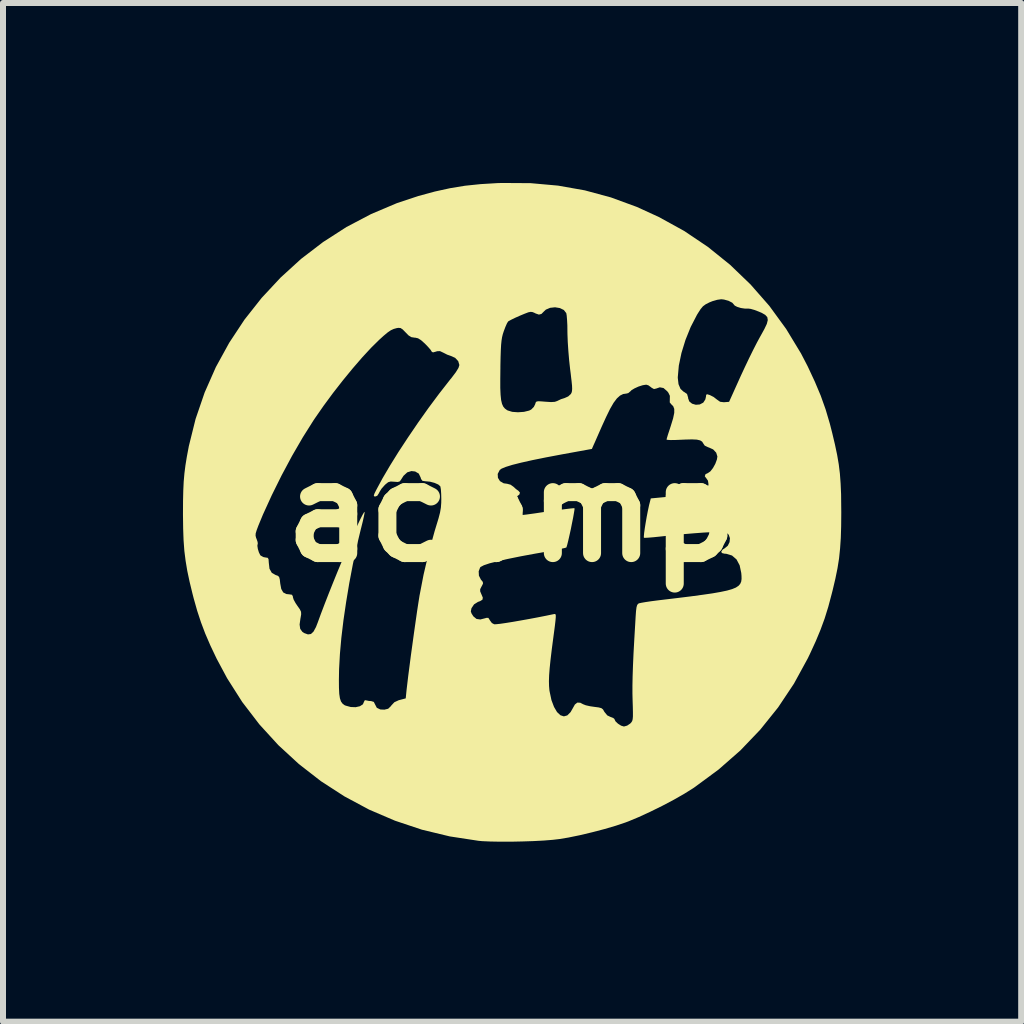
<source format=kicad_pcb>
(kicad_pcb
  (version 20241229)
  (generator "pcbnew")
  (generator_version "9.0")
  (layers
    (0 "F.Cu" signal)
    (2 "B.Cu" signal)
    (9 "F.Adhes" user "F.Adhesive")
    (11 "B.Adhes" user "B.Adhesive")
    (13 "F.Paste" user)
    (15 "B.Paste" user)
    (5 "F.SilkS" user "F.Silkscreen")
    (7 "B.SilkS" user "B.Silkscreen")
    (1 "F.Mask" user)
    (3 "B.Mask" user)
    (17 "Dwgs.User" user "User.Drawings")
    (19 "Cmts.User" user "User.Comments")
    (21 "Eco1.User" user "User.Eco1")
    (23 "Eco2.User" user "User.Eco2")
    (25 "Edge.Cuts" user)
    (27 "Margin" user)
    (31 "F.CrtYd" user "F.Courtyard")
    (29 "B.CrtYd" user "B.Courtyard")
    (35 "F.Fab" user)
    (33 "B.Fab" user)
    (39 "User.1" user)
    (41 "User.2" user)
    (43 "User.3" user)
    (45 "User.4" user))
  (footprint "acomp"
    (layer "F.Cu")
    (at 5.476 5.48)
    (property "Reference" "acomp" (at 0 0 0) (layer "F.SilkS") (effects (font (size 1.524 1.524) (thickness 0.3))))
    (attr board_only exclude_from_pos_files exclude_from_bom)
    (fp_poly (pts (xy 0.318 -5.477) (xy 0.776 -5.436) (xy 1.222 -5.357) (xy 1.658 -5.239) (xy 2.089 -5.081) (xy 2.456 -4.913) (xy 2.877 -4.681) (xy 3.273 -4.415) (xy 3.643 -4.117) (xy 3.985 -3.788) (xy 4.298 -3.431) (xy 4.578 -3.047) (xy 4.826 -2.638) (xy 4.936 -2.426) (xy 5.055 -2.171) (xy 5.154 -1.936) (xy 5.236 -1.706) (xy 5.307 -1.466) (xy 5.346 -1.313) (xy 5.392 -1.119) (xy 5.428 -0.948) (xy 5.455 -0.79) (xy 5.474 -0.635) (xy 5.486 -0.472) (xy 5.494 -0.292) (xy 5.496 -0.084) (xy 5.497 0.011) (xy 5.495 0.241) (xy 5.489 0.438) (xy 5.477 0.614) (xy 5.46 0.779) (xy 5.434 0.942) (xy 5.399 1.114) (xy 5.354 1.305) (xy 5.338 1.368) (xy 5.28 1.586) (xy 5.219 1.782) (xy 5.15 1.97) (xy 5.07 2.162) (xy 4.973 2.373) (xy 4.937 2.447) (xy 4.708 2.866) (xy 4.444 3.262) (xy 4.146 3.633) (xy 3.815 3.979) (xy 3.451 4.298) (xy 3.055 4.59) (xy 3.029 4.608) (xy 2.882 4.7) (xy 2.707 4.8) (xy 2.514 4.902) (xy 2.315 5) (xy 2.122 5.089) (xy 1.947 5.162) (xy 1.896 5.181) (xy 1.738 5.234) (xy 1.551 5.289) (xy 1.348 5.342) (xy 1.143 5.391) (xy 0.948 5.431) (xy 0.805 5.455) (xy 0.686 5.469) (xy 0.536 5.481) (xy 0.363 5.49) (xy 0.179 5.496) (xy -0.009 5.5) (xy -0.188 5.5) (xy -0.351 5.497) (xy -0.488 5.491) (xy -0.551 5.485) (xy -1.028 5.412) (xy -1.493 5.3) (xy -1.942 5.15) (xy -2.374 4.965) (xy -2.786 4.744) (xy -3.177 4.491) (xy -3.545 4.205) (xy -3.887 3.89) (xy -4.202 3.545) (xy -4.488 3.172) (xy -4.741 2.774) (xy -4.916 2.447) (xy -5.02 2.228) (xy -5.105 2.031) (xy -5.176 1.843) (xy -5.239 1.651) (xy -5.298 1.442) (xy -5.317 1.368) (xy -5.366 1.166) (xy -5.404 0.987) (xy -5.432 0.819) (xy -5.453 0.653) (xy -5.466 0.477) (xy -5.469 0.399) (xy -4.266 0.399) (xy -4.257 0.436) (xy -4.249 0.454) (xy -4.232 0.504) (xy -4.229 0.535) (xy -4.231 0.537) (xy -4.236 0.568) (xy -4.228 0.62) (xy -4.211 0.676) (xy -4.189 0.721) (xy -4.182 0.73) (xy -4.135 0.756) (xy -4.098 0.763) (xy -4.064 0.768) (xy -4.05 0.79) (xy -4.046 0.843) (xy -4.046 0.846) (xy -4.034 0.95) (xy -3.995 1.019) (xy -3.931 1.055) (xy -3.894 1.068) (xy -3.873 1.089) (xy -3.862 1.13) (xy -3.855 1.195) (xy -3.838 1.287) (xy -3.805 1.345) (xy -3.752 1.372) (xy -3.703 1.377) (xy -3.659 1.384) (xy -3.644 1.412) (xy -3.644 1.422) (xy -3.632 1.463) (xy -3.6 1.522) (xy -3.569 1.568) (xy -3.528 1.626) (xy -3.508 1.668) (xy -3.506 1.71) (xy -3.516 1.77) (xy -3.518 1.779) (xy -3.532 1.88) (xy -3.522 1.952) (xy -3.486 2.002) (xy -3.454 2.023) (xy -3.393 2.045) (xy -3.343 2.038) (xy -3.301 1.999) (xy -3.26 1.924) (xy -3.231 1.85) (xy -3.177 1.702) (xy -3.115 1.539) (xy -3.048 1.367) (xy -2.977 1.189) (xy -2.904 1.009) (xy -2.83 0.831) (xy -2.759 0.661) (xy -2.69 0.501) (xy -2.627 0.356) (xy -2.57 0.23) (xy -2.522 0.128) (xy -2.484 0.054) (xy -2.459 0.011) (xy -2.448 0.002) (xy -2.45 0.025) (xy -2.461 0.081) (xy -2.479 0.162) (xy -2.504 0.262) (xy -2.513 0.297) (xy -2.581 0.579) (xy -2.645 0.879) (xy -2.704 1.19) (xy -2.756 1.503) (xy -2.801 1.809) (xy -2.836 2.101) (xy -2.86 2.37) (xy -2.873 2.608) (xy -2.874 2.63) (xy -2.877 2.801) (xy -2.876 2.934) (xy -2.871 3.036) (xy -2.86 3.11) (xy -2.842 3.163) (xy -2.816 3.199) (xy -2.783 3.224) (xy -2.764 3.232) (xy -2.68 3.255) (xy -2.598 3.258) (xy -2.527 3.242) (xy -2.477 3.21) (xy -2.457 3.164) (xy -2.457 3.164) (xy -2.444 3.141) (xy -2.424 3.144) (xy -2.376 3.154) (xy -2.34 3.156) (xy -2.295 3.17) (xy -2.275 3.21) (xy -2.245 3.268) (xy -2.187 3.296) (xy -2.119 3.299) (xy -2.056 3.284) (xy -2.011 3.241) (xy -2.002 3.228) (xy -1.952 3.175) (xy -1.878 3.141) (xy -1.861 3.137) (xy -1.763 3.111) (xy -1.749 2.97) (xy -1.737 2.869) (xy -1.721 2.734) (xy -1.7 2.573) (xy -1.677 2.395) (xy -1.651 2.207) (xy -1.625 2.018) (xy -1.599 1.836) (xy -1.575 1.668) (xy -1.574 1.661) (xy -0.678 1.661) (xy -0.666 1.696) (xy -0.636 1.743) (xy -0.632 1.747) (xy -0.583 1.787) (xy -0.52 1.796) (xy -0.434 1.774) (xy -0.419 1.769) (xy -0.386 1.769) (xy -0.362 1.806) (xy -0.361 1.809) (xy -0.327 1.855) (xy -0.288 1.876) (xy -0.256 1.875) (xy -0.188 1.868) (xy -0.092 1.854) (xy 0.026 1.835) (xy 0.158 1.812) (xy 0.298 1.787) (xy 0.441 1.76) (xy 0.578 1.733) (xy 0.703 1.707) (xy 0.704 1.707) (xy 0.721 1.704) (xy 0.732 1.708) (xy 0.738 1.725) (xy 0.738 1.759) (xy 0.733 1.816) (xy 0.723 1.903) (xy 0.707 2.024) (xy 0.7 2.076) (xy 0.672 2.289) (xy 0.651 2.465) (xy 0.636 2.61) (xy 0.627 2.728) (xy 0.624 2.825) (xy 0.626 2.906) (xy 0.632 2.977) (xy 0.636 2.999) (xy 0.666 3.14) (xy 0.709 3.254) (xy 0.759 3.339) (xy 0.815 3.392) (xy 0.873 3.411) (xy 0.93 3.395) (xy 0.985 3.34) (xy 1.017 3.284) (xy 1.057 3.213) (xy 1.098 3.181) (xy 1.147 3.184) (xy 1.192 3.208) (xy 1.238 3.226) (xy 1.309 3.242) (xy 1.377 3.252) (xy 1.453 3.262) (xy 1.498 3.274) (xy 1.525 3.295) (xy 1.546 3.331) (xy 1.546 3.333) (xy 1.597 3.395) (xy 1.647 3.419) (xy 1.694 3.437) (xy 1.716 3.455) (xy 1.716 3.457) (xy 1.733 3.493) (xy 1.775 3.533) (xy 1.827 3.566) (xy 1.874 3.58) (xy 1.875 3.58) (xy 1.928 3.565) (xy 1.98 3.53) (xy 1.98 3.53) (xy 1.999 3.509) (xy 2.012 3.488) (xy 2.02 3.458) (xy 2.024 3.412) (xy 2.024 3.344) (xy 2.022 3.246) (xy 2.019 3.154) (xy 2.016 3.032) (xy 2.016 2.896) (xy 2.019 2.742) (xy 2.025 2.566) (xy 2.034 2.362) (xy 2.047 2.127) (xy 2.063 1.855) (xy 2.069 1.751) (xy 2.076 1.654) (xy 2.084 1.592) (xy 2.095 1.555) (xy 2.11 1.535) (xy 2.127 1.526) (xy 2.164 1.518) (xy 2.233 1.506) (xy 2.327 1.492) (xy 2.435 1.478) (xy 2.468 1.474) (xy 2.744 1.441) (xy 2.98 1.412) (xy 3.18 1.385) (xy 3.347 1.361) (xy 3.484 1.337) (xy 3.593 1.314) (xy 3.677 1.29) (xy 3.74 1.264) (xy 3.785 1.234) (xy 3.813 1.201) (xy 3.829 1.164) (xy 3.835 1.12) (xy 3.834 1.07) (xy 3.83 1.021) (xy 3.803 0.893) (xy 3.751 0.795) (xy 3.676 0.73) (xy 3.581 0.701) (xy 3.549 0.699) (xy 3.506 0.688) (xy 3.497 0.662) (xy 3.522 0.629) (xy 3.553 0.61) (xy 3.605 0.567) (xy 3.635 0.506) (xy 3.641 0.441) (xy 3.621 0.383) (xy 3.58 0.348) (xy 3.537 0.34) (xy 3.457 0.338) (xy 3.345 0.34) (xy 3.206 0.347) (xy 3.045 0.359) (xy 2.866 0.374) (xy 2.675 0.393) (xy 2.596 0.401) (xy 2.474 0.414) (xy 2.367 0.425) (xy 2.283 0.432) (xy 2.227 0.435) (xy 2.207 0.434) (xy 2.206 0.41) (xy 2.211 0.354) (xy 2.222 0.274) (xy 2.237 0.181) (xy 2.254 0.083) (xy 2.272 -0.01) (xy 2.289 -0.09) (xy 2.295 -0.117) (xy 2.322 -0.222) (xy 2.586 -0.247) (xy 2.792 -0.268) (xy 2.957 -0.289) (xy 3.084 -0.308) (xy 3.174 -0.328) (xy 3.229 -0.347) (xy 3.236 -0.352) (xy 3.271 -0.396) (xy 3.284 -0.457) (xy 3.275 -0.517) (xy 3.252 -0.551) (xy 3.222 -0.591) (xy 3.234 -0.626) (xy 3.273 -0.644) (xy 3.314 -0.672) (xy 3.358 -0.728) (xy 3.397 -0.798) (xy 3.424 -0.871) (xy 3.432 -0.921) (xy 3.412 -0.985) (xy 3.361 -1.039) (xy 3.288 -1.072) (xy 3.281 -1.073) (xy 3.221 -1.102) (xy 3.198 -1.136) (xy 3.178 -1.168) (xy 3.145 -1.189) (xy 3.09 -1.202) (xy 3.009 -1.206) (xy 2.894 -1.203) (xy 2.825 -1.2) (xy 2.73 -1.196) (xy 2.653 -1.195) (xy 2.601 -1.198) (xy 2.584 -1.203) (xy 2.591 -1.229) (xy 2.608 -1.286) (xy 2.634 -1.365) (xy 2.656 -1.433) (xy 2.694 -1.557) (xy 2.713 -1.648) (xy 2.713 -1.714) (xy 2.695 -1.76) (xy 2.667 -1.787) (xy 2.638 -1.822) (xy 2.639 -1.876) (xy 2.639 -1.878) (xy 2.64 -1.932) (xy 2.615 -1.984) (xy 2.595 -2.009) (xy 2.534 -2.062) (xy 2.472 -2.074) (xy 2.414 -2.054) (xy 2.375 -2.045) (xy 2.335 -2.067) (xy 2.326 -2.075) (xy 2.282 -2.107) (xy 2.245 -2.118) (xy 2.188 -2.109) (xy 2.118 -2.087) (xy 2.05 -2.056) (xy 1.999 -2.025) (xy 1.985 -2.01) (xy 1.947 -1.978) (xy 1.917 -1.97) (xy 1.861 -1.962) (xy 1.809 -1.936) (xy 1.757 -1.889) (xy 1.702 -1.816) (xy 1.643 -1.714) (xy 1.577 -1.579) (xy 1.504 -1.419) (xy 1.46 -1.319) (xy 1.42 -1.228) (xy 1.388 -1.155) (xy 1.368 -1.111) (xy 1.34 -1.047) (xy 0.845 -0.957) (xy 0.575 -0.906) (xy 0.348 -0.86) (xy 0.16 -0.818) (xy 0.013 -0.781) (xy -0.096 -0.747) (xy -0.166 -0.718) (xy -0.196 -0.696) (xy -0.23 -0.63) (xy -0.226 -0.565) (xy -0.192 -0.51) (xy -0.13 -0.474) (xy -0.072 -0.466) (xy -0.016 -0.451) (xy 0.031 -0.418) (xy 0.076 -0.377) (xy 0.114 -0.35) (xy 0.141 -0.319) (xy 0.13 -0.285) (xy 0.086 -0.253) (xy 0.033 -0.233) (xy -0.043 -0.195) (xy -0.095 -0.136) (xy -0.115 -0.066) (xy -0.106 -0.012) (xy -0.093 0.019) (xy -0.075 0.042) (xy -0.048 0.058) (xy -0.007 0.066) (xy 0.052 0.067) (xy 0.135 0.06) (xy 0.247 0.047) (xy 0.393 0.027) (xy 0.519 0.008) (xy 0.662 -0.012) (xy 0.792 -0.03) (xy 0.901 -0.044) (xy 0.984 -0.054) (xy 1.035 -0.059) (xy 1.05 -0.059) (xy 1.05 -0.035) (xy 1.041 0.02) (xy 1.027 0.1) (xy 1.008 0.194) (xy 0.988 0.295) (xy 0.966 0.394) (xy 0.946 0.482) (xy 0.929 0.55) (xy 0.917 0.59) (xy 0.914 0.596) (xy 0.89 0.604) (xy 0.83 0.617) (xy 0.741 0.635) (xy 0.627 0.657) (xy 0.496 0.681) (xy 0.403 0.697) (xy 0.154 0.743) (xy -0.058 0.786) (xy -0.232 0.825) (xy -0.366 0.86) (xy -0.461 0.892) (xy -0.514 0.92) (xy -0.523 0.929) (xy -0.547 0.993) (xy -0.543 1.066) (xy -0.51 1.131) (xy -0.506 1.136) (xy -0.478 1.17) (xy -0.475 1.199) (xy -0.496 1.241) (xy -0.499 1.245) (xy -0.522 1.291) (xy -0.522 1.327) (xy -0.501 1.377) (xy -0.501 1.377) (xy -0.478 1.432) (xy -0.484 1.466) (xy -0.523 1.49) (xy -0.559 1.503) (xy -0.624 1.544) (xy -0.667 1.608) (xy -0.678 1.661) (xy -1.574 1.661) (xy -1.553 1.524) (xy -1.535 1.411) (xy -1.535 1.409) (xy -1.466 1.051) (xy -1.38 0.682) (xy -1.281 0.323) (xy -1.253 0.231) (xy -1.216 0.109) (xy -1.191 0.013) (xy -1.177 -0.069) (xy -1.171 -0.15) (xy -1.17 -0.212) (xy -1.172 -0.299) (xy -1.177 -0.371) (xy -1.185 -0.418) (xy -1.188 -0.425) (xy -1.221 -0.454) (xy -1.283 -0.481) (xy -1.359 -0.501) (xy -1.435 -0.508) (xy -1.436 -0.508) (xy -1.484 -0.515) (xy -1.507 -0.545) (xy -1.515 -0.572) (xy -1.546 -0.636) (xy -1.606 -0.671) (xy -1.668 -0.678) (xy -1.737 -0.657) (xy -1.8 -0.599) (xy -1.841 -0.535) (xy -1.862 -0.506) (xy -1.895 -0.496) (xy -1.953 -0.5) (xy -1.955 -0.5) (xy -2.014 -0.504) (xy -2.056 -0.492) (xy -2.101 -0.456) (xy -2.116 -0.441) (xy -2.165 -0.386) (xy -2.201 -0.329) (xy -2.208 -0.312) (xy -2.238 -0.266) (xy -2.269 -0.254) (xy -2.29 -0.257) (xy -2.295 -0.271) (xy -2.283 -0.306) (xy -2.254 -0.364) (xy -2.152 -0.553) (xy -2.027 -0.766) (xy -1.883 -0.998) (xy -1.724 -1.24) (xy -1.556 -1.487) (xy -1.382 -1.732) (xy -1.207 -1.967) (xy -1.036 -2.186) (xy -1.017 -2.21) (xy -0.187 -2.21) (xy -0.187 -2.063) (xy -0.182 -1.949) (xy -0.173 -1.862) (xy -0.158 -1.798) (xy -0.137 -1.752) (xy -0.109 -1.719) (xy -0.073 -1.693) (xy -0.063 -1.688) (xy 0.012 -1.665) (xy 0.108 -1.658) (xy 0.208 -1.665) (xy 0.294 -1.686) (xy 0.328 -1.703) (xy 0.372 -1.747) (xy 0.395 -1.793) (xy 0.403 -1.821) (xy 0.418 -1.837) (xy 0.448 -1.842) (xy 0.504 -1.839) (xy 0.566 -1.834) (xy 0.66 -1.828) (xy 0.722 -1.832) (xy 0.763 -1.846) (xy 0.77 -1.85) (xy 0.825 -1.876) (xy 0.885 -1.895) (xy 0.945 -1.922) (xy 0.989 -1.962) (xy 1.001 -1.984) (xy 1.008 -2.01) (xy 1.011 -2.048) (xy 1.009 -2.103) (xy 1.001 -2.182) (xy 0.995 -2.23) (xy 2.772 -2.23) (xy 2.784 -2.126) (xy 2.817 -2.048) (xy 2.868 -2.001) (xy 2.877 -1.997) (xy 2.926 -1.963) (xy 2.944 -1.903) (xy 2.944 -1.892) (xy 2.963 -1.839) (xy 3.01 -1.801) (xy 3.072 -1.783) (xy 3.138 -1.788) (xy 3.195 -1.818) (xy 3.199 -1.822) (xy 3.231 -1.872) (xy 3.241 -1.916) (xy 3.245 -1.95) (xy 3.263 -1.958) (xy 3.306 -1.945) (xy 3.369 -1.913) (xy 3.423 -1.871) (xy 3.477 -1.833) (xy 3.541 -1.825) (xy 3.551 -1.826) (xy 3.627 -1.832) (xy 3.823 -2.267) (xy 3.89 -2.411) (xy 3.96 -2.558) (xy 4.029 -2.698) (xy 4.092 -2.821) (xy 4.144 -2.917) (xy 4.151 -2.929) (xy 4.215 -3.045) (xy 4.256 -3.131) (xy 4.272 -3.195) (xy 4.264 -3.243) (xy 4.23 -3.281) (xy 4.171 -3.315) (xy 4.124 -3.335) (xy 4.051 -3.363) (xy 3.988 -3.381) (xy 3.951 -3.386) (xy 3.891 -3.386) (xy 3.823 -3.396) (xy 3.762 -3.415) (xy 3.721 -3.436) (xy 3.714 -3.445) (xy 3.68 -3.484) (xy 3.618 -3.516) (xy 3.542 -3.537) (xy 3.496 -3.542) (xy 3.431 -3.533) (xy 3.35 -3.51) (xy 3.298 -3.489) (xy 3.237 -3.458) (xy 3.191 -3.424) (xy 3.151 -3.376) (xy 3.105 -3.304) (xy 3.092 -3.283) (xy 2.987 -3.08) (xy 2.9 -2.864) (xy 2.833 -2.646) (xy 2.789 -2.436) (xy 2.772 -2.244) (xy 2.772 -2.23) (xy 0.995 -2.23) (xy 0.988 -2.293) (xy 0.977 -2.379) (xy 0.961 -2.524) (xy 0.948 -2.678) (xy 0.938 -2.826) (xy 0.933 -2.955) (xy 0.932 -3.001) (xy 0.931 -3.107) (xy 0.926 -3.2) (xy 0.92 -3.272) (xy 0.913 -3.311) (xy 0.872 -3.363) (xy 0.806 -3.395) (xy 0.726 -3.408) (xy 0.644 -3.399) (xy 0.573 -3.369) (xy 0.54 -3.338) (xy 0.499 -3.297) (xy 0.457 -3.286) (xy 0.402 -3.305) (xy 0.383 -3.315) (xy 0.351 -3.328) (xy 0.32 -3.332) (xy 0.28 -3.324) (xy 0.22 -3.301) (xy 0.145 -3.27) (xy 0.064 -3.234) (xy -0.004 -3.201) (xy -0.048 -3.177) (xy -0.057 -3.17) (xy -0.076 -3.139) (xy -0.102 -3.08) (xy -0.129 -3.008) (xy -0.145 -2.959) (xy -0.157 -2.91) (xy -0.166 -2.854) (xy -0.173 -2.784) (xy -0.178 -2.694) (xy -0.182 -2.576) (xy -0.185 -2.424) (xy -0.185 -2.394) (xy -0.187 -2.21) (xy -1.017 -2.21) (xy -1.001 -2.229) (xy -0.929 -2.324) (xy -0.884 -2.397) (xy -0.869 -2.445) (xy -0.869 -2.446) (xy -0.888 -2.51) (xy -0.939 -2.565) (xy -1.011 -2.597) (xy -1.071 -2.618) (xy -1.134 -2.65) (xy -1.136 -2.651) (xy -1.191 -2.677) (xy -1.238 -2.676) (xy -1.263 -2.668) (xy -1.308 -2.656) (xy -1.329 -2.666) (xy -1.332 -2.673) (xy -1.35 -2.701) (xy -1.391 -2.748) (xy -1.443 -2.802) (xy -1.508 -2.86) (xy -1.558 -2.891) (xy -1.606 -2.902) (xy -1.617 -2.902) (xy -1.669 -2.91) (xy -1.716 -2.939) (xy -1.765 -2.989) (xy -1.814 -3.039) (xy -1.849 -3.062) (xy -1.886 -3.065) (xy -1.912 -3.061) (xy -1.963 -3.047) (xy -2.011 -3.025) (xy -2.064 -2.989) (xy -2.13 -2.934) (xy -2.205 -2.866) (xy -2.338 -2.735) (xy -2.487 -2.574) (xy -2.647 -2.389) (xy -2.811 -2.189) (xy -2.975 -1.979) (xy -3.132 -1.766) (xy -3.278 -1.556) (xy -3.299 -1.525) (xy -3.477 -1.243) (xy -3.658 -0.931) (xy -3.833 -0.604) (xy -3.997 -0.273) (xy -4.143 0.047) (xy -4.218 0.228) (xy -4.248 0.308) (xy -4.264 0.361) (xy -4.266 0.399) (xy -5.469 0.399) (xy -5.473 0.281) (xy -5.476 0.055) (xy -5.476 0.021) (xy -5.475 -0.182) (xy -5.471 -0.353) (xy -5.464 -0.502) (xy -5.452 -0.639) (xy -5.435 -0.773) (xy -5.412 -0.915) (xy -5.382 -1.074) (xy -5.379 -1.091) (xy -5.266 -1.546) (xy -5.115 -1.987) (xy -4.928 -2.411) (xy -4.705 -2.817) (xy -4.45 -3.203) (xy -4.164 -3.565) (xy -3.849 -3.903) (xy -3.508 -4.214) (xy -3.141 -4.495) (xy -2.751 -4.746) (xy -2.34 -4.962) (xy -1.91 -5.144) (xy -1.552 -5.263) (xy -1.279 -5.337) (xy -1.024 -5.393) (xy -0.775 -5.434) (xy -0.515 -5.461) (xy -0.232 -5.478) (xy -0.159 -5.48)) (stroke (width 0) (type solid)) (fill yes) (layer "F.SilkS")))
  (gr_rect
    (start -3 -3)
    (end 13.972 13.98)
    (stroke (width 0.1) (type default))
    (fill no)
    (layer "Edge.Cuts")))
</source>
